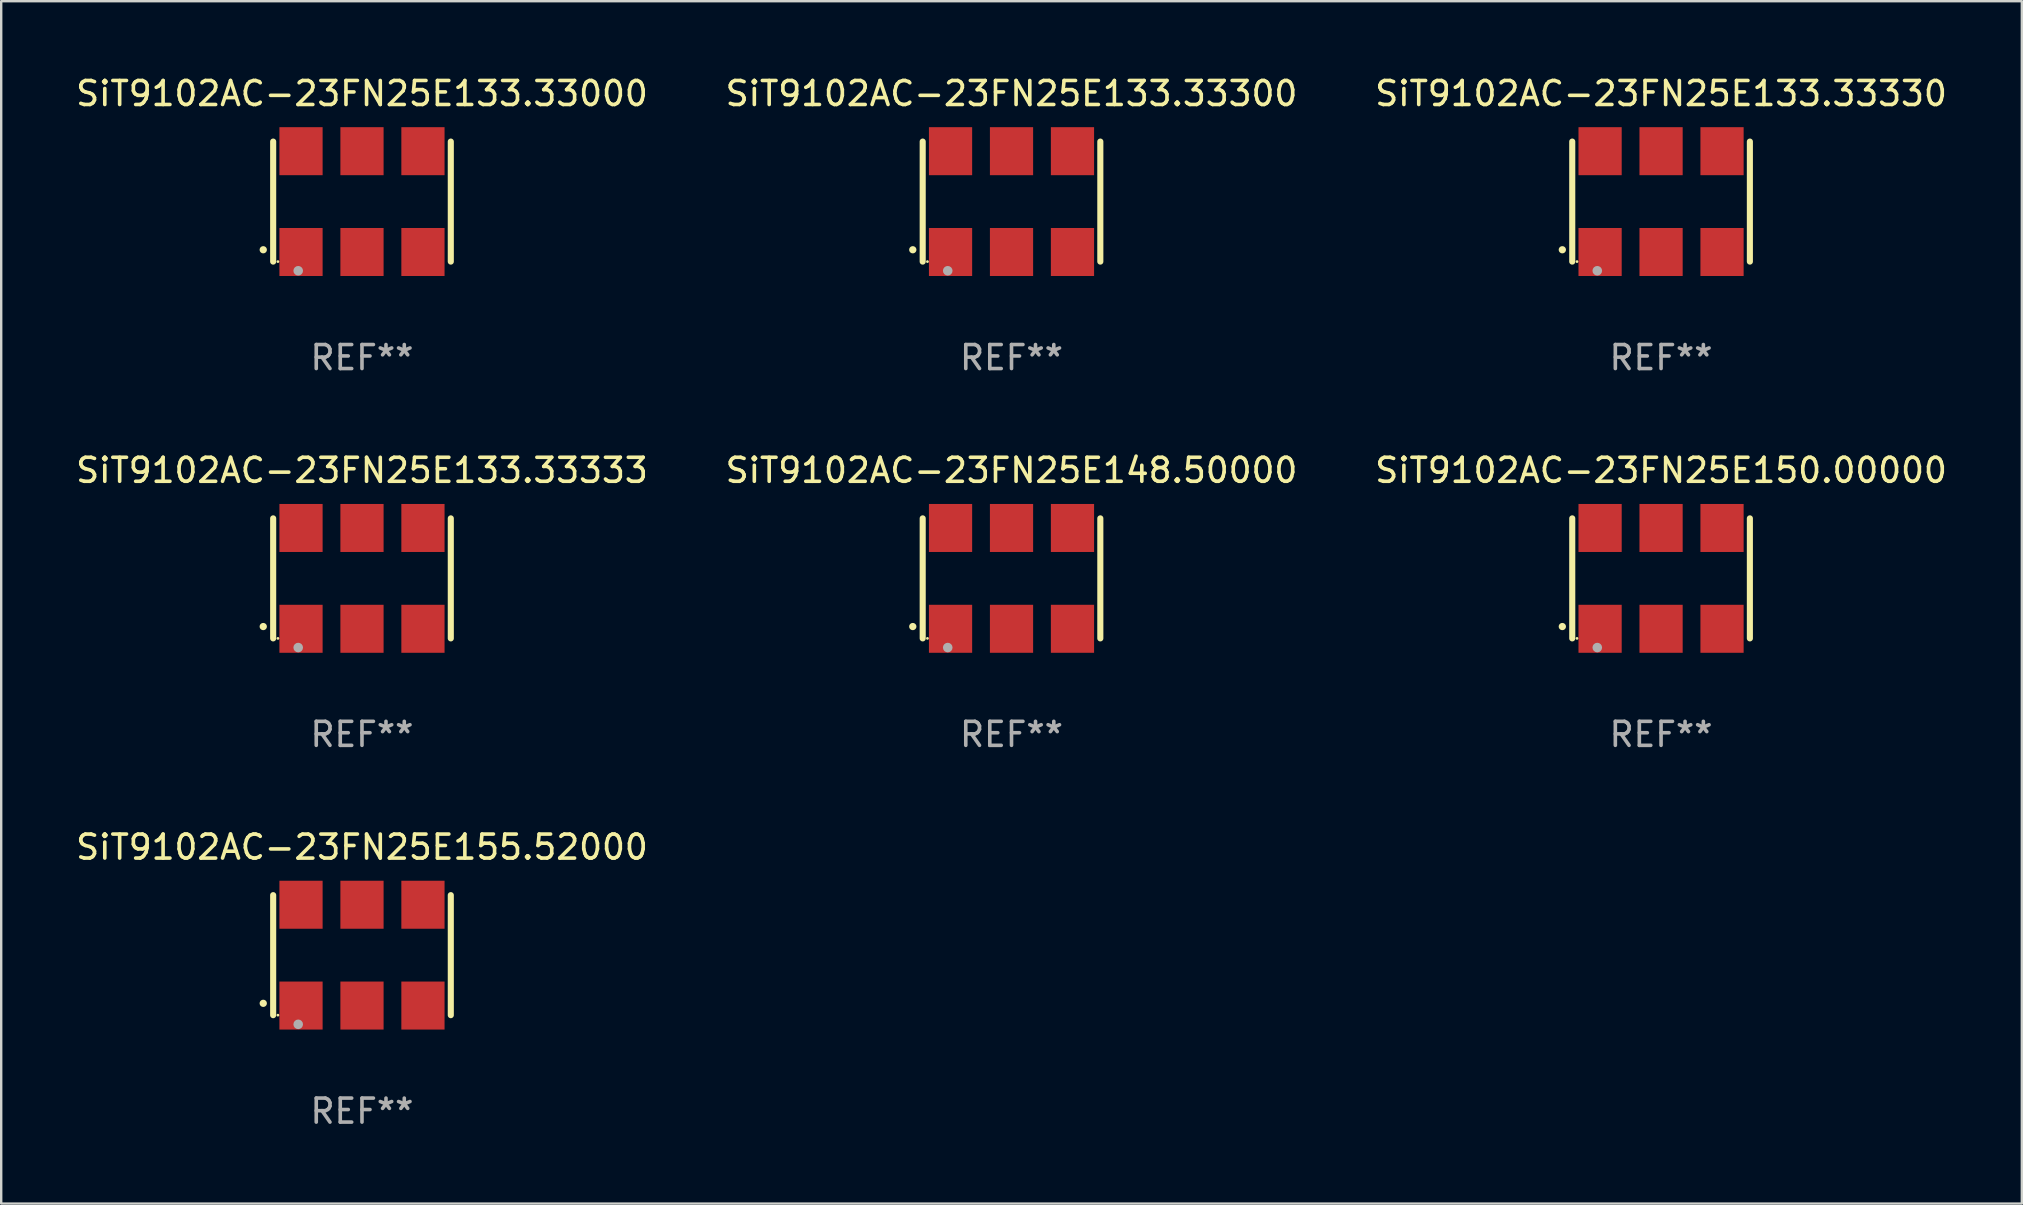
<source format=kicad_pcb>
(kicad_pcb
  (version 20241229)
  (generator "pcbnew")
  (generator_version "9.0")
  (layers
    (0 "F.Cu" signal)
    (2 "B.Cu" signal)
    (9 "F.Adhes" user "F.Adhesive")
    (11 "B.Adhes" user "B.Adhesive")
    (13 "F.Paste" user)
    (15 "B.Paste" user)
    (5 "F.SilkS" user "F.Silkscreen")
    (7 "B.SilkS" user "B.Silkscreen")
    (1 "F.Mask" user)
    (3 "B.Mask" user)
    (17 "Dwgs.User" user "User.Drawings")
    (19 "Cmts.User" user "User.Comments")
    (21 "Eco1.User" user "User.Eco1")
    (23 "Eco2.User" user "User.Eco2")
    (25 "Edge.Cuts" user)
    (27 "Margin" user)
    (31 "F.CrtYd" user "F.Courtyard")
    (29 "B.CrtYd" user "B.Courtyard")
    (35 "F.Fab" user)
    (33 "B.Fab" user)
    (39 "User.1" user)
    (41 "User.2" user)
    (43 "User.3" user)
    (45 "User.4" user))
  (footprint "SiT9102AC-23FN25E133.33330"
    (layer "F.Cu")
    (at 66.149 5.348)
    (property "Reference" "SiT9102AC-23FN25E133.33330" (at 0 -4.5 0) (layer "F.SilkS") (effects (font (size 1 1) (thickness 0.15))))
    (attr through_hole)
    (fp_line (start -3.7 -2.5) (end -3.7 2.5) (stroke (width 0.254) (type solid)) (layer "F.SilkS"))
    (fp_line (start 3.7 -2.5) (end 3.7 2.5) (stroke (width 0.254) (type solid)) (layer "F.SilkS"))
    (fp_arc (start -4.114415 2.006604) (mid -4.113145 2.006599) (end -4.111875 2.006604) (stroke (width 0.3) (type solid)) (layer "F.SilkS"))
    (fp_circle (center -3.502 2.5) (end -3.472 2.5) (stroke (width 0.06) (type solid)) (fill no) (layer "F.SilkS"))
    (fp_circle (center -2.657 2.882) (end -2.557 2.882) (stroke (width 0.2) (type solid)) (fill no) (layer "F.Fab"))
    (fp_text user "REF**" (at 0 6.5 0) (layer "F.Fab") (effects (font (size 1 1) (thickness 0.15))))
    (pad "1" smd rect (at -2.54 2.1) (size 1.8 2) (layers "F.Cu" "F.Mask" "F.Paste"))
    (pad "2" smd rect (at 0.000394 2.1) (size 1.8 2) (layers "F.Cu" "F.Mask" "F.Paste"))
    (pad "3" smd rect (at 2.54 2.1) (size 1.8 2) (layers "F.Cu" "F.Mask" "F.Paste"))
    (pad "4" smd rect (at 2.54 -2.1) (size 1.8 2) (layers "F.Cu" "F.Mask" "F.Paste"))
    (pad "5" smd rect (at 0.000394 -2.1) (size 1.8 2) (layers "F.Cu" "F.Mask" "F.Paste"))
    (pad "6" smd rect (at -2.54 -2.1) (size 1.8 2) (layers "F.Cu" "F.Mask" "F.Paste")))
  (footprint "SiT9102AC-23FN25E133.33333"
    (layer "F.Cu")
    (at 12.03 21.045)
    (property "Reference" "SiT9102AC-23FN25E133.33333" (at 0 -4.5 0) (layer "F.SilkS") (effects (font (size 1 1) (thickness 0.15))))
    (attr through_hole)
    (fp_line (start -3.7 -2.5) (end -3.7 2.5) (stroke (width 0.254) (type solid)) (layer "F.SilkS"))
    (fp_line (start 3.7 -2.5) (end 3.7 2.5) (stroke (width 0.254) (type solid)) (layer "F.SilkS"))
    (fp_arc (start -4.114415 2.006604) (mid -4.113145 2.006599) (end -4.111875 2.006604) (stroke (width 0.3) (type solid)) (layer "F.SilkS"))
    (fp_circle (center -3.502 2.5) (end -3.472 2.5) (stroke (width 0.06) (type solid)) (fill no) (layer "F.SilkS"))
    (fp_circle (center -2.657 2.882) (end -2.557 2.882) (stroke (width 0.2) (type solid)) (fill no) (layer "F.Fab"))
    (fp_text user "REF**" (at 0 6.5 0) (layer "F.Fab") (effects (font (size 1 1) (thickness 0.15))))
    (pad "1" smd rect (at -2.54 2.1) (size 1.8 2) (layers "F.Cu" "F.Mask" "F.Paste"))
    (pad "2" smd rect (at 0.000394 2.1) (size 1.8 2) (layers "F.Cu" "F.Mask" "F.Paste"))
    (pad "3" smd rect (at 2.54 2.1) (size 1.8 2) (layers "F.Cu" "F.Mask" "F.Paste"))
    (pad "4" smd rect (at 2.54 -2.1) (size 1.8 2) (layers "F.Cu" "F.Mask" "F.Paste"))
    (pad "5" smd rect (at 0.000394 -2.1) (size 1.8 2) (layers "F.Cu" "F.Mask" "F.Paste"))
    (pad "6" smd rect (at -2.54 -2.1) (size 1.8 2) (layers "F.Cu" "F.Mask" "F.Paste")))
  (footprint "SiT9102AC-23FN25E155.52000"
    (layer "F.Cu")
    (at 12.03 36.741)
    (property "Reference" "SiT9102AC-23FN25E155.52000" (at 0 -4.5 0) (layer "F.SilkS") (effects (font (size 1 1) (thickness 0.15))))
    (attr through_hole)
    (fp_line (start -3.7 -2.5) (end -3.7 2.5) (stroke (width 0.254) (type solid)) (layer "F.SilkS"))
    (fp_line (start 3.7 -2.5) (end 3.7 2.5) (stroke (width 0.254) (type solid)) (layer "F.SilkS"))
    (fp_arc (start -4.114415 2.006604) (mid -4.113145 2.006599) (end -4.111875 2.006604) (stroke (width 0.3) (type solid)) (layer "F.SilkS"))
    (fp_circle (center -3.502 2.5) (end -3.472 2.5) (stroke (width 0.06) (type solid)) (fill no) (layer "F.SilkS"))
    (fp_circle (center -2.657 2.882) (end -2.557 2.882) (stroke (width 0.2) (type solid)) (fill no) (layer "F.Fab"))
    (fp_text user "REF**" (at 0 6.5 0) (layer "F.Fab") (effects (font (size 1 1) (thickness 0.15))))
    (pad "1" smd rect (at -2.54 2.1) (size 1.8 2) (layers "F.Cu" "F.Mask" "F.Paste"))
    (pad "2" smd rect (at 0.000394 2.1) (size 1.8 2) (layers "F.Cu" "F.Mask" "F.Paste"))
    (pad "3" smd rect (at 2.54 2.1) (size 1.8 2) (layers "F.Cu" "F.Mask" "F.Paste"))
    (pad "4" smd rect (at 2.54 -2.1) (size 1.8 2) (layers "F.Cu" "F.Mask" "F.Paste"))
    (pad "5" smd rect (at 0.000394 -2.1) (size 1.8 2) (layers "F.Cu" "F.Mask" "F.Paste"))
    (pad "6" smd rect (at -2.54 -2.1) (size 1.8 2) (layers "F.Cu" "F.Mask" "F.Paste")))
  (footprint "SiT9102AC-23FN25E133.33300"
    (layer "F.Cu")
    (at 39.089 5.348)
    (property "Reference" "SiT9102AC-23FN25E133.33300" (at 0 -4.5 0) (layer "F.SilkS") (effects (font (size 1 1) (thickness 0.15))))
    (attr through_hole)
    (fp_line (start -3.7 -2.5) (end -3.7 2.5) (stroke (width 0.254) (type solid)) (layer "F.SilkS"))
    (fp_line (start 3.7 -2.5) (end 3.7 2.5) (stroke (width 0.254) (type solid)) (layer "F.SilkS"))
    (fp_arc (start -4.114415 2.006604) (mid -4.113145 2.006599) (end -4.111875 2.006604) (stroke (width 0.3) (type solid)) (layer "F.SilkS"))
    (fp_circle (center -3.502 2.5) (end -3.472 2.5) (stroke (width 0.06) (type solid)) (fill no) (layer "F.SilkS"))
    (fp_circle (center -2.657 2.882) (end -2.557 2.882) (stroke (width 0.2) (type solid)) (fill no) (layer "F.Fab"))
    (fp_text user "REF**" (at 0 6.5 0) (layer "F.Fab") (effects (font (size 1 1) (thickness 0.15))))
    (pad "1" smd rect (at -2.54 2.1) (size 1.8 2) (layers "F.Cu" "F.Mask" "F.Paste"))
    (pad "2" smd rect (at 0.000394 2.1) (size 1.8 2) (layers "F.Cu" "F.Mask" "F.Paste"))
    (pad "3" smd rect (at 2.54 2.1) (size 1.8 2) (layers "F.Cu" "F.Mask" "F.Paste"))
    (pad "4" smd rect (at 2.54 -2.1) (size 1.8 2) (layers "F.Cu" "F.Mask" "F.Paste"))
    (pad "5" smd rect (at 0.000394 -2.1) (size 1.8 2) (layers "F.Cu" "F.Mask" "F.Paste"))
    (pad "6" smd rect (at -2.54 -2.1) (size 1.8 2) (layers "F.Cu" "F.Mask" "F.Paste")))
  (footprint "SiT9102AC-23FN25E133.33000"
    (layer "F.Cu")
    (at 12.03 5.348)
    (property "Reference" "SiT9102AC-23FN25E133.33000" (at 0 -4.5 0) (layer "F.SilkS") (effects (font (size 1 1) (thickness 0.15))))
    (attr through_hole)
    (fp_line (start -3.7 -2.5) (end -3.7 2.5) (stroke (width 0.254) (type solid)) (layer "F.SilkS"))
    (fp_line (start 3.7 -2.5) (end 3.7 2.5) (stroke (width 0.254) (type solid)) (layer "F.SilkS"))
    (fp_arc (start -4.114415 2.006604) (mid -4.113145 2.006599) (end -4.111875 2.006604) (stroke (width 0.3) (type solid)) (layer "F.SilkS"))
    (fp_circle (center -3.502 2.5) (end -3.472 2.5) (stroke (width 0.06) (type solid)) (fill no) (layer "F.SilkS"))
    (fp_circle (center -2.657 2.882) (end -2.557 2.882) (stroke (width 0.2) (type solid)) (fill no) (layer "F.Fab"))
    (fp_text user "REF**" (at 0 6.5 0) (layer "F.Fab") (effects (font (size 1 1) (thickness 0.15))))
    (pad "1" smd rect (at -2.54 2.1) (size 1.8 2) (layers "F.Cu" "F.Mask" "F.Paste"))
    (pad "2" smd rect (at 0.000394 2.1) (size 1.8 2) (layers "F.Cu" "F.Mask" "F.Paste"))
    (pad "3" smd rect (at 2.54 2.1) (size 1.8 2) (layers "F.Cu" "F.Mask" "F.Paste"))
    (pad "4" smd rect (at 2.54 -2.1) (size 1.8 2) (layers "F.Cu" "F.Mask" "F.Paste"))
    (pad "5" smd rect (at 0.000394 -2.1) (size 1.8 2) (layers "F.Cu" "F.Mask" "F.Paste"))
    (pad "6" smd rect (at -2.54 -2.1) (size 1.8 2) (layers "F.Cu" "F.Mask" "F.Paste")))
  (footprint "SiT9102AC-23FN25E150.00000"
    (layer "F.Cu")
    (at 66.149 21.045)
    (property "Reference" "SiT9102AC-23FN25E150.00000" (at 0 -4.5 0) (layer "F.SilkS") (effects (font (size 1 1) (thickness 0.15))))
    (attr through_hole)
    (fp_line (start -3.7 -2.5) (end -3.7 2.5) (stroke (width 0.254) (type solid)) (layer "F.SilkS"))
    (fp_line (start 3.7 -2.5) (end 3.7 2.5) (stroke (width 0.254) (type solid)) (layer "F.SilkS"))
    (fp_arc (start -4.114415 2.006604) (mid -4.113145 2.006599) (end -4.111875 2.006604) (stroke (width 0.3) (type solid)) (layer "F.SilkS"))
    (fp_circle (center -3.502 2.5) (end -3.472 2.5) (stroke (width 0.06) (type solid)) (fill no) (layer "F.SilkS"))
    (fp_circle (center -2.657 2.882) (end -2.557 2.882) (stroke (width 0.2) (type solid)) (fill no) (layer "F.Fab"))
    (fp_text user "REF**" (at 0 6.5 0) (layer "F.Fab") (effects (font (size 1 1) (thickness 0.15))))
    (pad "1" smd rect (at -2.54 2.1) (size 1.8 2) (layers "F.Cu" "F.Mask" "F.Paste"))
    (pad "2" smd rect (at 0.000394 2.1) (size 1.8 2) (layers "F.Cu" "F.Mask" "F.Paste"))
    (pad "3" smd rect (at 2.54 2.1) (size 1.8 2) (layers "F.Cu" "F.Mask" "F.Paste"))
    (pad "4" smd rect (at 2.54 -2.1) (size 1.8 2) (layers "F.Cu" "F.Mask" "F.Paste"))
    (pad "5" smd rect (at 0.000394 -2.1) (size 1.8 2) (layers "F.Cu" "F.Mask" "F.Paste"))
    (pad "6" smd rect (at -2.54 -2.1) (size 1.8 2) (layers "F.Cu" "F.Mask" "F.Paste")))
  (footprint "SiT9102AC-23FN25E148.50000"
    (layer "F.Cu")
    (at 39.089 21.045)
    (property "Reference" "SiT9102AC-23FN25E148.50000" (at 0 -4.5 0) (layer "F.SilkS") (effects (font (size 1 1) (thickness 0.15))))
    (attr through_hole)
    (fp_line (start -3.7 -2.5) (end -3.7 2.5) (stroke (width 0.254) (type solid)) (layer "F.SilkS"))
    (fp_line (start 3.7 -2.5) (end 3.7 2.5) (stroke (width 0.254) (type solid)) (layer "F.SilkS"))
    (fp_arc (start -4.114415 2.006604) (mid -4.113145 2.006599) (end -4.111875 2.006604) (stroke (width 0.3) (type solid)) (layer "F.SilkS"))
    (fp_circle (center -3.502 2.5) (end -3.472 2.5) (stroke (width 0.06) (type solid)) (fill no) (layer "F.SilkS"))
    (fp_circle (center -2.657 2.882) (end -2.557 2.882) (stroke (width 0.2) (type solid)) (fill no) (layer "F.Fab"))
    (fp_text user "REF**" (at 0 6.5 0) (layer "F.Fab") (effects (font (size 1 1) (thickness 0.15))))
    (pad "1" smd rect (at -2.54 2.1) (size 1.8 2) (layers "F.Cu" "F.Mask" "F.Paste"))
    (pad "2" smd rect (at 0.000394 2.1) (size 1.8 2) (layers "F.Cu" "F.Mask" "F.Paste"))
    (pad "3" smd rect (at 2.54 2.1) (size 1.8 2) (layers "F.Cu" "F.Mask" "F.Paste"))
    (pad "4" smd rect (at 2.54 -2.1) (size 1.8 2) (layers "F.Cu" "F.Mask" "F.Paste"))
    (pad "5" smd rect (at 0.000394 -2.1) (size 1.8 2) (layers "F.Cu" "F.Mask" "F.Paste"))
    (pad "6" smd rect (at -2.54 -2.1) (size 1.8 2) (layers "F.Cu" "F.Mask" "F.Paste")))
  (gr_rect
    (start -3 -3)
    (end 81.179 47.09)
    (stroke (width 0.1) (type default))
    (fill no)
    (layer "Edge.Cuts")))
</source>
